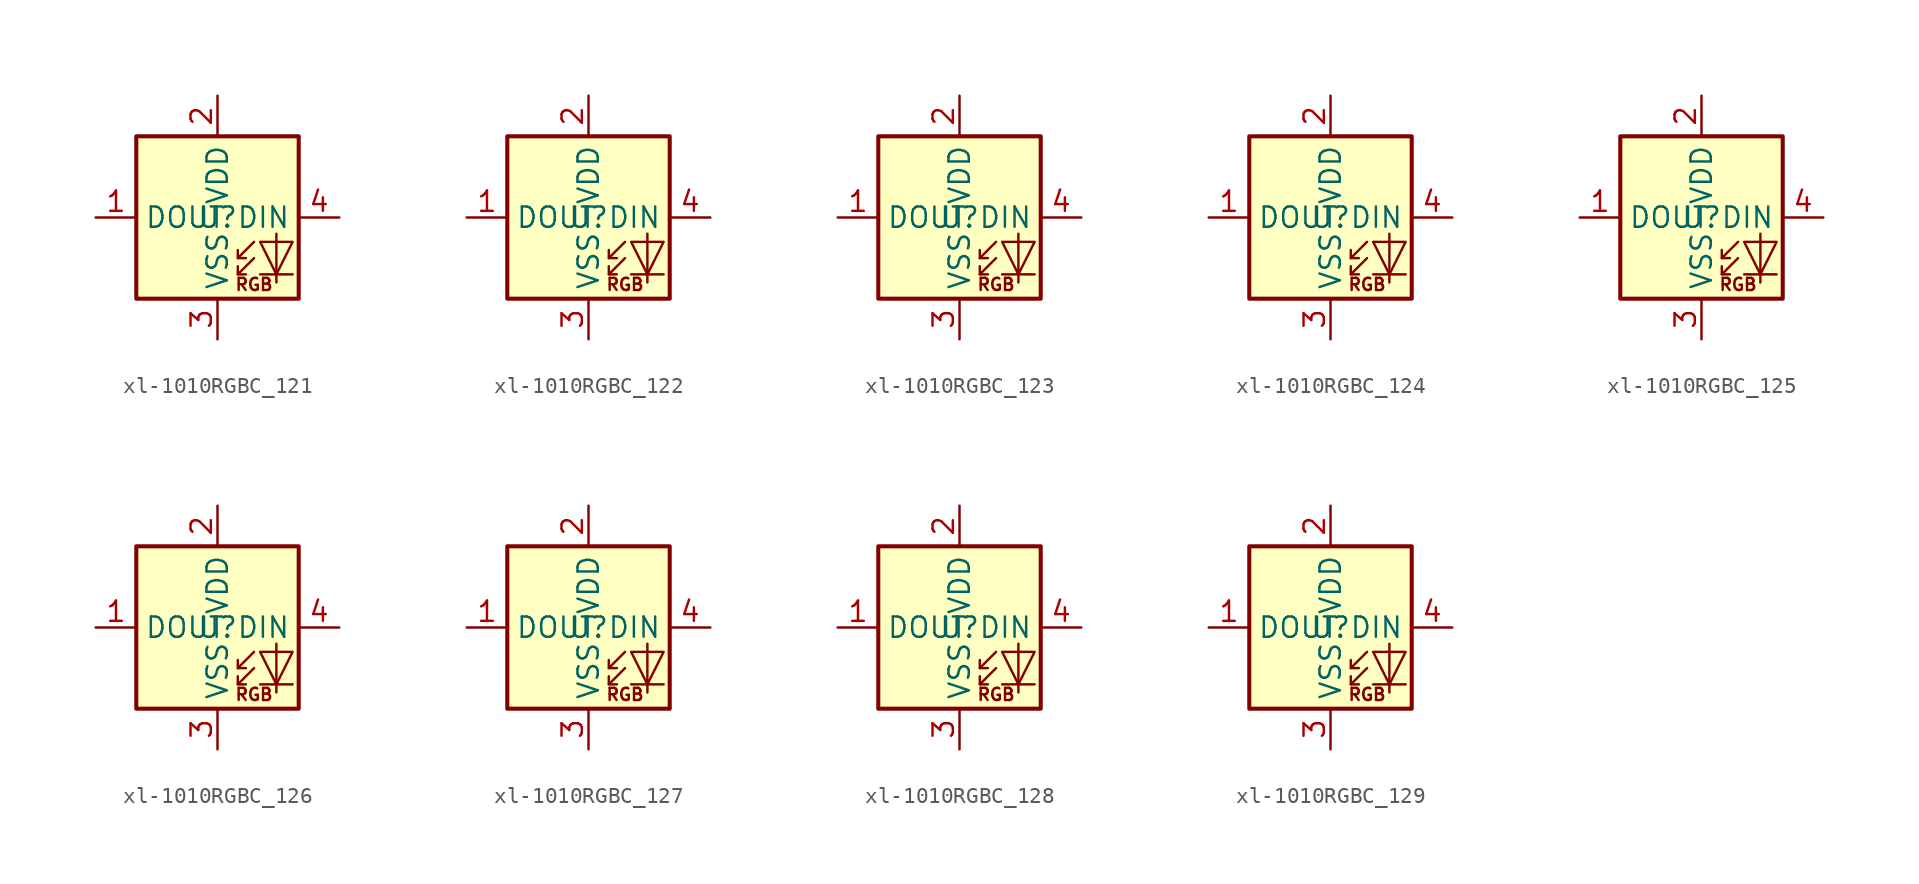
<source format=kicad_sym>
(kicad_symbol_lib
  (version 20231120)
  (generator "kicad_symbol_editor")
  (generator_version "8.0")
  (symbol "xl-1010RGBC_121"
    (property "Reference" "U"
      (at 0 0 0)
      (effects (font (size 1.27 1.27))))
    (property "Value" ""
      (at 0 0 0)
      (effects (font (size 1.27 1.27))))
    (symbol "xl-1010RGBC_121_0_0"
      (text "RGB" (at 2.286 -4.191 0) (effects (font (size 0.762 0.762)))))
    (symbol "xl-1010RGBC_121_0_1"
      (polyline (pts (xy 1.27 -3.556) (xy 1.778 -3.556)) (stroke (width 0) (type default)) (fill (type none)))
      (polyline (pts (xy 1.27 -2.54) (xy 1.778 -2.54)) (stroke (width 0) (type default)) (fill (type none)))
      (polyline (pts (xy 4.699 -3.556) (xy 2.667 -3.556)) (stroke (width 0) (type default)) (fill (type none)))
      (polyline (pts (xy 2.286 -2.54) (xy 1.27 -3.556) (xy 1.27 -3.048)) (stroke (width 0) (type default)) (fill (type none)))
      (polyline (pts (xy 2.286 -1.524) (xy 1.27 -2.54) (xy 1.27 -2.032)) (stroke (width 0) (type default)) (fill (type none)))
      (polyline (pts (xy 3.683 -1.016) (xy 3.683 -3.556) (xy 3.683 -4.064)) (stroke (width 0) (type default)) (fill (type none)))
      (polyline (pts (xy 4.699 -1.524) (xy 2.667 -1.524) (xy 3.683 -3.556) (xy 4.699 -1.524)) (stroke (width 0) (type default)) (fill (type none)))
      (rectangle (start 5.08 5.08) (end -5.08 -5.08) (stroke (width 0.254) (type default)) (fill (type background))))
    (symbol "xl-1010RGBC_121_1_1"
      (pin output line (at -7.62 0 0) (length 2.54) (name "DOUT" (effects (font (size 1.27 1.27)))) (number "1" (effects (font (size 1.27 1.27)))))
      (pin power_in line (at 0 7.62 270) (length 2.54) (name "VDD" (effects (font (size 1.27 1.27)))) (number "2" (effects (font (size 1.27 1.27)))))
      (pin power_in line (at 0 -7.62 90) (length 2.54) (name "VSS" (effects (font (size 1.27 1.27)))) (number "3" (effects (font (size 1.27 1.27)))))
      (pin input line (at 7.62 0 180) (length 2.54) (name "DIN" (effects (font (size 1.27 1.27)))) (number "4" (effects (font (size 1.27 1.27)))))))
  (symbol "xl-1010RGBC_122"
    (property "Reference" "U"
      (at 0 0 0)
      (effects (font (size 1.27 1.27))))
    (property "Value" ""
      (at 0 0 0)
      (effects (font (size 1.27 1.27))))
    (symbol "xl-1010RGBC_122_0_0"
      (text "RGB" (at 2.286 -4.191 0) (effects (font (size 0.762 0.762)))))
    (symbol "xl-1010RGBC_122_0_1"
      (polyline (pts (xy 1.27 -3.556) (xy 1.778 -3.556)) (stroke (width 0) (type default)) (fill (type none)))
      (polyline (pts (xy 1.27 -2.54) (xy 1.778 -2.54)) (stroke (width 0) (type default)) (fill (type none)))
      (polyline (pts (xy 4.699 -3.556) (xy 2.667 -3.556)) (stroke (width 0) (type default)) (fill (type none)))
      (polyline (pts (xy 2.286 -2.54) (xy 1.27 -3.556) (xy 1.27 -3.048)) (stroke (width 0) (type default)) (fill (type none)))
      (polyline (pts (xy 2.286 -1.524) (xy 1.27 -2.54) (xy 1.27 -2.032)) (stroke (width 0) (type default)) (fill (type none)))
      (polyline (pts (xy 3.683 -1.016) (xy 3.683 -3.556) (xy 3.683 -4.064)) (stroke (width 0) (type default)) (fill (type none)))
      (polyline (pts (xy 4.699 -1.524) (xy 2.667 -1.524) (xy 3.683 -3.556) (xy 4.699 -1.524)) (stroke (width 0) (type default)) (fill (type none)))
      (rectangle (start 5.08 5.08) (end -5.08 -5.08) (stroke (width 0.254) (type default)) (fill (type background))))
    (symbol "xl-1010RGBC_122_1_1"
      (pin output line (at -7.62 0 0) (length 2.54) (name "DOUT" (effects (font (size 1.27 1.27)))) (number "1" (effects (font (size 1.27 1.27)))))
      (pin power_in line (at 0 7.62 270) (length 2.54) (name "VDD" (effects (font (size 1.27 1.27)))) (number "2" (effects (font (size 1.27 1.27)))))
      (pin power_in line (at 0 -7.62 90) (length 2.54) (name "VSS" (effects (font (size 1.27 1.27)))) (number "3" (effects (font (size 1.27 1.27)))))
      (pin input line (at 7.62 0 180) (length 2.54) (name "DIN" (effects (font (size 1.27 1.27)))) (number "4" (effects (font (size 1.27 1.27)))))))
  (symbol "xl-1010RGBC_123"
    (property "Reference" "U"
      (at 0 0 0)
      (effects (font (size 1.27 1.27))))
    (property "Value" ""
      (at 0 0 0)
      (effects (font (size 1.27 1.27))))
    (symbol "xl-1010RGBC_123_0_0"
      (text "RGB" (at 2.286 -4.191 0) (effects (font (size 0.762 0.762)))))
    (symbol "xl-1010RGBC_123_0_1"
      (polyline (pts (xy 1.27 -3.556) (xy 1.778 -3.556)) (stroke (width 0) (type default)) (fill (type none)))
      (polyline (pts (xy 1.27 -2.54) (xy 1.778 -2.54)) (stroke (width 0) (type default)) (fill (type none)))
      (polyline (pts (xy 4.699 -3.556) (xy 2.667 -3.556)) (stroke (width 0) (type default)) (fill (type none)))
      (polyline (pts (xy 2.286 -2.54) (xy 1.27 -3.556) (xy 1.27 -3.048)) (stroke (width 0) (type default)) (fill (type none)))
      (polyline (pts (xy 2.286 -1.524) (xy 1.27 -2.54) (xy 1.27 -2.032)) (stroke (width 0) (type default)) (fill (type none)))
      (polyline (pts (xy 3.683 -1.016) (xy 3.683 -3.556) (xy 3.683 -4.064)) (stroke (width 0) (type default)) (fill (type none)))
      (polyline (pts (xy 4.699 -1.524) (xy 2.667 -1.524) (xy 3.683 -3.556) (xy 4.699 -1.524)) (stroke (width 0) (type default)) (fill (type none)))
      (rectangle (start 5.08 5.08) (end -5.08 -5.08) (stroke (width 0.254) (type default)) (fill (type background))))
    (symbol "xl-1010RGBC_123_1_1"
      (pin output line (at -7.62 0 0) (length 2.54) (name "DOUT" (effects (font (size 1.27 1.27)))) (number "1" (effects (font (size 1.27 1.27)))))
      (pin power_in line (at 0 7.62 270) (length 2.54) (name "VDD" (effects (font (size 1.27 1.27)))) (number "2" (effects (font (size 1.27 1.27)))))
      (pin power_in line (at 0 -7.62 90) (length 2.54) (name "VSS" (effects (font (size 1.27 1.27)))) (number "3" (effects (font (size 1.27 1.27)))))
      (pin input line (at 7.62 0 180) (length 2.54) (name "DIN" (effects (font (size 1.27 1.27)))) (number "4" (effects (font (size 1.27 1.27)))))))
  (symbol "xl-1010RGBC_124"
    (property "Reference" "U"
      (at 0 0 0)
      (effects (font (size 1.27 1.27))))
    (property "Value" ""
      (at 0 0 0)
      (effects (font (size 1.27 1.27))))
    (symbol "xl-1010RGBC_124_0_0"
      (text "RGB" (at 2.286 -4.191 0) (effects (font (size 0.762 0.762)))))
    (symbol "xl-1010RGBC_124_0_1"
      (polyline (pts (xy 1.27 -3.556) (xy 1.778 -3.556)) (stroke (width 0) (type default)) (fill (type none)))
      (polyline (pts (xy 1.27 -2.54) (xy 1.778 -2.54)) (stroke (width 0) (type default)) (fill (type none)))
      (polyline (pts (xy 4.699 -3.556) (xy 2.667 -3.556)) (stroke (width 0) (type default)) (fill (type none)))
      (polyline (pts (xy 2.286 -2.54) (xy 1.27 -3.556) (xy 1.27 -3.048)) (stroke (width 0) (type default)) (fill (type none)))
      (polyline (pts (xy 2.286 -1.524) (xy 1.27 -2.54) (xy 1.27 -2.032)) (stroke (width 0) (type default)) (fill (type none)))
      (polyline (pts (xy 3.683 -1.016) (xy 3.683 -3.556) (xy 3.683 -4.064)) (stroke (width 0) (type default)) (fill (type none)))
      (polyline (pts (xy 4.699 -1.524) (xy 2.667 -1.524) (xy 3.683 -3.556) (xy 4.699 -1.524)) (stroke (width 0) (type default)) (fill (type none)))
      (rectangle (start 5.08 5.08) (end -5.08 -5.08) (stroke (width 0.254) (type default)) (fill (type background))))
    (symbol "xl-1010RGBC_124_1_1"
      (pin output line (at -7.62 0 0) (length 2.54) (name "DOUT" (effects (font (size 1.27 1.27)))) (number "1" (effects (font (size 1.27 1.27)))))
      (pin power_in line (at 0 7.62 270) (length 2.54) (name "VDD" (effects (font (size 1.27 1.27)))) (number "2" (effects (font (size 1.27 1.27)))))
      (pin power_in line (at 0 -7.62 90) (length 2.54) (name "VSS" (effects (font (size 1.27 1.27)))) (number "3" (effects (font (size 1.27 1.27)))))
      (pin input line (at 7.62 0 180) (length 2.54) (name "DIN" (effects (font (size 1.27 1.27)))) (number "4" (effects (font (size 1.27 1.27)))))))
  (symbol "xl-1010RGBC_125"
    (property "Reference" "U"
      (at 0 0 0)
      (effects (font (size 1.27 1.27))))
    (property "Value" ""
      (at 0 0 0)
      (effects (font (size 1.27 1.27))))
    (symbol "xl-1010RGBC_125_0_0"
      (text "RGB" (at 2.286 -4.191 0) (effects (font (size 0.762 0.762)))))
    (symbol "xl-1010RGBC_125_0_1"
      (polyline (pts (xy 1.27 -3.556) (xy 1.778 -3.556)) (stroke (width 0) (type default)) (fill (type none)))
      (polyline (pts (xy 1.27 -2.54) (xy 1.778 -2.54)) (stroke (width 0) (type default)) (fill (type none)))
      (polyline (pts (xy 4.699 -3.556) (xy 2.667 -3.556)) (stroke (width 0) (type default)) (fill (type none)))
      (polyline (pts (xy 2.286 -2.54) (xy 1.27 -3.556) (xy 1.27 -3.048)) (stroke (width 0) (type default)) (fill (type none)))
      (polyline (pts (xy 2.286 -1.524) (xy 1.27 -2.54) (xy 1.27 -2.032)) (stroke (width 0) (type default)) (fill (type none)))
      (polyline (pts (xy 3.683 -1.016) (xy 3.683 -3.556) (xy 3.683 -4.064)) (stroke (width 0) (type default)) (fill (type none)))
      (polyline (pts (xy 4.699 -1.524) (xy 2.667 -1.524) (xy 3.683 -3.556) (xy 4.699 -1.524)) (stroke (width 0) (type default)) (fill (type none)))
      (rectangle (start 5.08 5.08) (end -5.08 -5.08) (stroke (width 0.254) (type default)) (fill (type background))))
    (symbol "xl-1010RGBC_125_1_1"
      (pin output line (at -7.62 0 0) (length 2.54) (name "DOUT" (effects (font (size 1.27 1.27)))) (number "1" (effects (font (size 1.27 1.27)))))
      (pin power_in line (at 0 7.62 270) (length 2.54) (name "VDD" (effects (font (size 1.27 1.27)))) (number "2" (effects (font (size 1.27 1.27)))))
      (pin power_in line (at 0 -7.62 90) (length 2.54) (name "VSS" (effects (font (size 1.27 1.27)))) (number "3" (effects (font (size 1.27 1.27)))))
      (pin input line (at 7.62 0 180) (length 2.54) (name "DIN" (effects (font (size 1.27 1.27)))) (number "4" (effects (font (size 1.27 1.27)))))))
  (symbol "xl-1010RGBC_126"
    (property "Reference" "U"
      (at 0 0 0)
      (effects (font (size 1.27 1.27))))
    (property "Value" ""
      (at 0 0 0)
      (effects (font (size 1.27 1.27))))
    (symbol "xl-1010RGBC_126_0_0"
      (text "RGB" (at 2.286 -4.191 0) (effects (font (size 0.762 0.762)))))
    (symbol "xl-1010RGBC_126_0_1"
      (polyline (pts (xy 1.27 -3.556) (xy 1.778 -3.556)) (stroke (width 0) (type default)) (fill (type none)))
      (polyline (pts (xy 1.27 -2.54) (xy 1.778 -2.54)) (stroke (width 0) (type default)) (fill (type none)))
      (polyline (pts (xy 4.699 -3.556) (xy 2.667 -3.556)) (stroke (width 0) (type default)) (fill (type none)))
      (polyline (pts (xy 2.286 -2.54) (xy 1.27 -3.556) (xy 1.27 -3.048)) (stroke (width 0) (type default)) (fill (type none)))
      (polyline (pts (xy 2.286 -1.524) (xy 1.27 -2.54) (xy 1.27 -2.032)) (stroke (width 0) (type default)) (fill (type none)))
      (polyline (pts (xy 3.683 -1.016) (xy 3.683 -3.556) (xy 3.683 -4.064)) (stroke (width 0) (type default)) (fill (type none)))
      (polyline (pts (xy 4.699 -1.524) (xy 2.667 -1.524) (xy 3.683 -3.556) (xy 4.699 -1.524)) (stroke (width 0) (type default)) (fill (type none)))
      (rectangle (start 5.08 5.08) (end -5.08 -5.08) (stroke (width 0.254) (type default)) (fill (type background))))
    (symbol "xl-1010RGBC_126_1_1"
      (pin output line (at -7.62 0 0) (length 2.54) (name "DOUT" (effects (font (size 1.27 1.27)))) (number "1" (effects (font (size 1.27 1.27)))))
      (pin power_in line (at 0 7.62 270) (length 2.54) (name "VDD" (effects (font (size 1.27 1.27)))) (number "2" (effects (font (size 1.27 1.27)))))
      (pin power_in line (at 0 -7.62 90) (length 2.54) (name "VSS" (effects (font (size 1.27 1.27)))) (number "3" (effects (font (size 1.27 1.27)))))
      (pin input line (at 7.62 0 180) (length 2.54) (name "DIN" (effects (font (size 1.27 1.27)))) (number "4" (effects (font (size 1.27 1.27)))))))
  (symbol "xl-1010RGBC_127"
    (property "Reference" "U"
      (at 0 0 0)
      (effects (font (size 1.27 1.27))))
    (property "Value" ""
      (at 0 0 0)
      (effects (font (size 1.27 1.27))))
    (symbol "xl-1010RGBC_127_0_0"
      (text "RGB" (at 2.286 -4.191 0) (effects (font (size 0.762 0.762)))))
    (symbol "xl-1010RGBC_127_0_1"
      (polyline (pts (xy 1.27 -3.556) (xy 1.778 -3.556)) (stroke (width 0) (type default)) (fill (type none)))
      (polyline (pts (xy 1.27 -2.54) (xy 1.778 -2.54)) (stroke (width 0) (type default)) (fill (type none)))
      (polyline (pts (xy 4.699 -3.556) (xy 2.667 -3.556)) (stroke (width 0) (type default)) (fill (type none)))
      (polyline (pts (xy 2.286 -2.54) (xy 1.27 -3.556) (xy 1.27 -3.048)) (stroke (width 0) (type default)) (fill (type none)))
      (polyline (pts (xy 2.286 -1.524) (xy 1.27 -2.54) (xy 1.27 -2.032)) (stroke (width 0) (type default)) (fill (type none)))
      (polyline (pts (xy 3.683 -1.016) (xy 3.683 -3.556) (xy 3.683 -4.064)) (stroke (width 0) (type default)) (fill (type none)))
      (polyline (pts (xy 4.699 -1.524) (xy 2.667 -1.524) (xy 3.683 -3.556) (xy 4.699 -1.524)) (stroke (width 0) (type default)) (fill (type none)))
      (rectangle (start 5.08 5.08) (end -5.08 -5.08) (stroke (width 0.254) (type default)) (fill (type background))))
    (symbol "xl-1010RGBC_127_1_1"
      (pin output line (at -7.62 0 0) (length 2.54) (name "DOUT" (effects (font (size 1.27 1.27)))) (number "1" (effects (font (size 1.27 1.27)))))
      (pin power_in line (at 0 7.62 270) (length 2.54) (name "VDD" (effects (font (size 1.27 1.27)))) (number "2" (effects (font (size 1.27 1.27)))))
      (pin power_in line (at 0 -7.62 90) (length 2.54) (name "VSS" (effects (font (size 1.27 1.27)))) (number "3" (effects (font (size 1.27 1.27)))))
      (pin input line (at 7.62 0 180) (length 2.54) (name "DIN" (effects (font (size 1.27 1.27)))) (number "4" (effects (font (size 1.27 1.27)))))))
  (symbol "xl-1010RGBC_128"
    (property "Reference" "U"
      (at 0 0 0)
      (effects (font (size 1.27 1.27))))
    (property "Value" ""
      (at 0 0 0)
      (effects (font (size 1.27 1.27))))
    (symbol "xl-1010RGBC_128_0_0"
      (text "RGB" (at 2.286 -4.191 0) (effects (font (size 0.762 0.762)))))
    (symbol "xl-1010RGBC_128_0_1"
      (polyline (pts (xy 1.27 -3.556) (xy 1.778 -3.556)) (stroke (width 0) (type default)) (fill (type none)))
      (polyline (pts (xy 1.27 -2.54) (xy 1.778 -2.54)) (stroke (width 0) (type default)) (fill (type none)))
      (polyline (pts (xy 4.699 -3.556) (xy 2.667 -3.556)) (stroke (width 0) (type default)) (fill (type none)))
      (polyline (pts (xy 2.286 -2.54) (xy 1.27 -3.556) (xy 1.27 -3.048)) (stroke (width 0) (type default)) (fill (type none)))
      (polyline (pts (xy 2.286 -1.524) (xy 1.27 -2.54) (xy 1.27 -2.032)) (stroke (width 0) (type default)) (fill (type none)))
      (polyline (pts (xy 3.683 -1.016) (xy 3.683 -3.556) (xy 3.683 -4.064)) (stroke (width 0) (type default)) (fill (type none)))
      (polyline (pts (xy 4.699 -1.524) (xy 2.667 -1.524) (xy 3.683 -3.556) (xy 4.699 -1.524)) (stroke (width 0) (type default)) (fill (type none)))
      (rectangle (start 5.08 5.08) (end -5.08 -5.08) (stroke (width 0.254) (type default)) (fill (type background))))
    (symbol "xl-1010RGBC_128_1_1"
      (pin output line (at -7.62 0 0) (length 2.54) (name "DOUT" (effects (font (size 1.27 1.27)))) (number "1" (effects (font (size 1.27 1.27)))))
      (pin power_in line (at 0 7.62 270) (length 2.54) (name "VDD" (effects (font (size 1.27 1.27)))) (number "2" (effects (font (size 1.27 1.27)))))
      (pin power_in line (at 0 -7.62 90) (length 2.54) (name "VSS" (effects (font (size 1.27 1.27)))) (number "3" (effects (font (size 1.27 1.27)))))
      (pin input line (at 7.62 0 180) (length 2.54) (name "DIN" (effects (font (size 1.27 1.27)))) (number "4" (effects (font (size 1.27 1.27)))))))
  (symbol "xl-1010RGBC_129"
    (property "Reference" "U"
      (at 0 0 0)
      (effects (font (size 1.27 1.27))))
    (property "Value" ""
      (at 0 0 0)
      (effects (font (size 1.27 1.27))))
    (symbol "xl-1010RGBC_129_0_0"
      (text "RGB" (at 2.286 -4.191 0) (effects (font (size 0.762 0.762)))))
    (symbol "xl-1010RGBC_129_0_1"
      (polyline (pts (xy 1.27 -3.556) (xy 1.778 -3.556)) (stroke (width 0) (type default)) (fill (type none)))
      (polyline (pts (xy 1.27 -2.54) (xy 1.778 -2.54)) (stroke (width 0) (type default)) (fill (type none)))
      (polyline (pts (xy 4.699 -3.556) (xy 2.667 -3.556)) (stroke (width 0) (type default)) (fill (type none)))
      (polyline (pts (xy 2.286 -2.54) (xy 1.27 -3.556) (xy 1.27 -3.048)) (stroke (width 0) (type default)) (fill (type none)))
      (polyline (pts (xy 2.286 -1.524) (xy 1.27 -2.54) (xy 1.27 -2.032)) (stroke (width 0) (type default)) (fill (type none)))
      (polyline (pts (xy 3.683 -1.016) (xy 3.683 -3.556) (xy 3.683 -4.064)) (stroke (width 0) (type default)) (fill (type none)))
      (polyline (pts (xy 4.699 -1.524) (xy 2.667 -1.524) (xy 3.683 -3.556) (xy 4.699 -1.524)) (stroke (width 0) (type default)) (fill (type none)))
      (rectangle (start 5.08 5.08) (end -5.08 -5.08) (stroke (width 0.254) (type default)) (fill (type background))))
    (symbol "xl-1010RGBC_129_1_1"
      (pin output line (at -7.62 0 0) (length 2.54) (name "DOUT" (effects (font (size 1.27 1.27)))) (number "1" (effects (font (size 1.27 1.27)))))
      (pin power_in line (at 0 7.62 270) (length 2.54) (name "VDD" (effects (font (size 1.27 1.27)))) (number "2" (effects (font (size 1.27 1.27)))))
      (pin power_in line (at 0 -7.62 90) (length 2.54) (name "VSS" (effects (font (size 1.27 1.27)))) (number "3" (effects (font (size 1.27 1.27)))))
      (pin input line (at 7.62 0 180) (length 2.54) (name "DIN" (effects (font (size 1.27 1.27)))) (number "4" (effects (font (size 1.27 1.27))))))))
</source>
